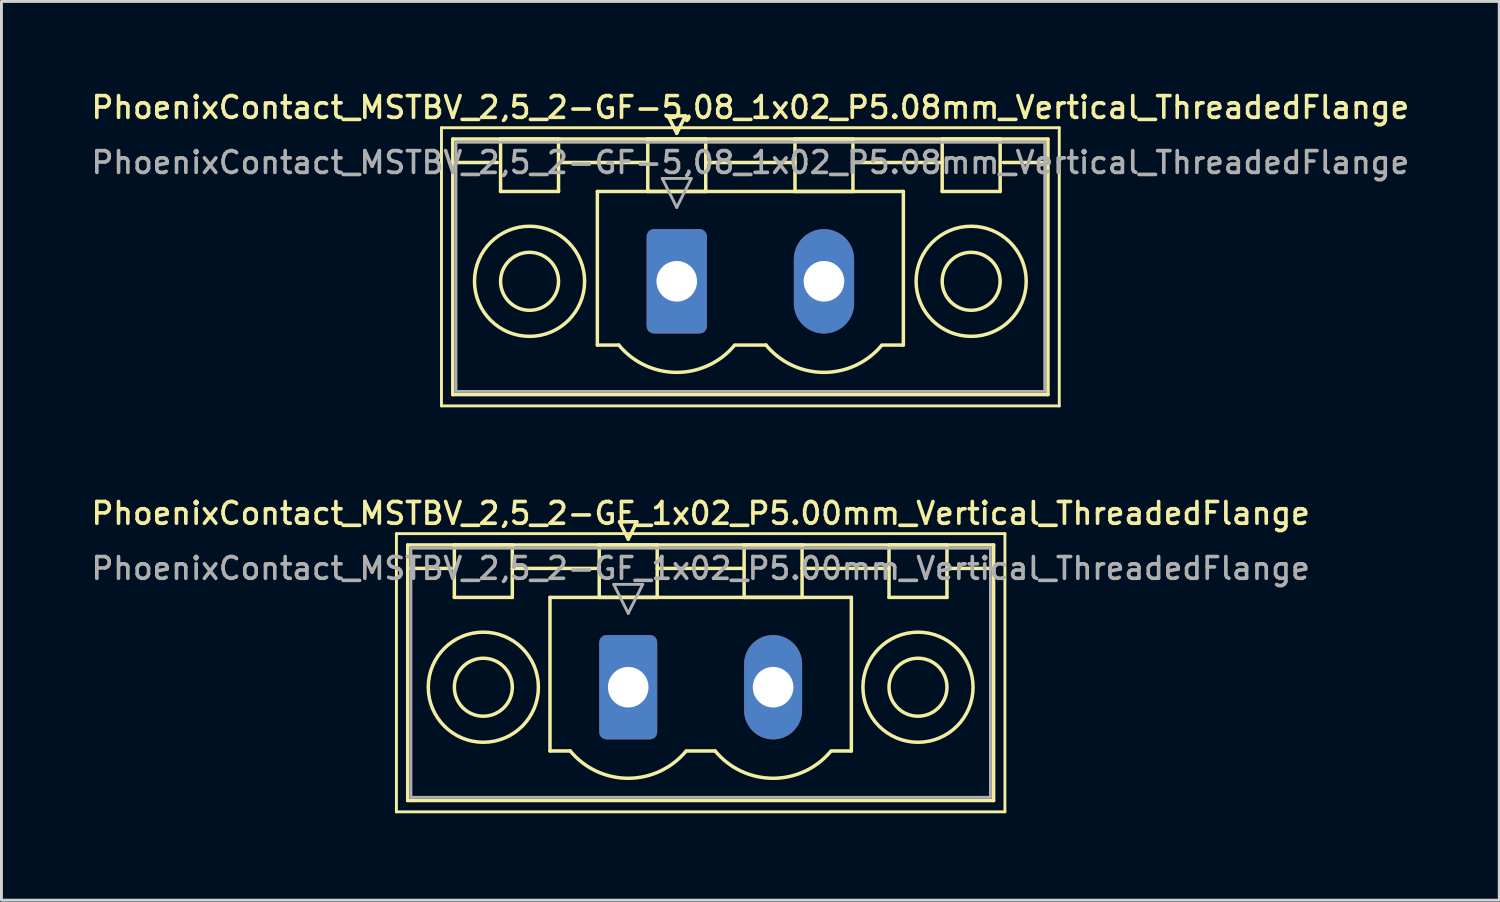
<source format=kicad_pcb>
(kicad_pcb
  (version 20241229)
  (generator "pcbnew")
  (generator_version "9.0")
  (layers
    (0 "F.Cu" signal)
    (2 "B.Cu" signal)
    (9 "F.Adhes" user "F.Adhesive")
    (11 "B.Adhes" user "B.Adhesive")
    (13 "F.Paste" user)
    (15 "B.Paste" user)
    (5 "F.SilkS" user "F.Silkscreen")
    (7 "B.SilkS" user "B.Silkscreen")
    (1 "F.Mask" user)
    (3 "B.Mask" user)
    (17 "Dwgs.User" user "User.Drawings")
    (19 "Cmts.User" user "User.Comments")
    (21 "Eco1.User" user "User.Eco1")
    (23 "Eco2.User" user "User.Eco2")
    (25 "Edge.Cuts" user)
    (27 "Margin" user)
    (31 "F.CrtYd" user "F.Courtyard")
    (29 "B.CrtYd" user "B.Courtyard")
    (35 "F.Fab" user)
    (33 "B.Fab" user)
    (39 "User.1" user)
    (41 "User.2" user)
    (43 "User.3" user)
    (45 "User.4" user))
  (footprint "PhoenixContact_MSTBV_2,5_2-GF_1x02_P5.00mm_Vertical_ThreadedFlange"
    (layer "F.Cu")
    (at 18.63 20.666)
    (property "Reference" "PhoenixContact_MSTBV_2,5_2-GF_1x02_P5.00mm_Vertical_ThreadedFlange" (at 2.5 -6 0) (layer "F.SilkS") (effects (font (size 0.75 0.75) (thickness 0.125))))
    (attr through_hole)
    (fp_line (start -8 -5.3) (end -8 4.3) (stroke (width 0.1) (type solid)) (layer "F.SilkS"))
    (fp_line (start -8 4.3) (end 13 4.3) (stroke (width 0.1) (type solid)) (layer "F.SilkS"))
    (fp_line (start -7.61 -4.91) (end -7.61 3.91) (stroke (width 0.12) (type solid)) (layer "F.SilkS"))
    (fp_line (start -7.61 -4.1) (end -6.11 -4.1) (stroke (width 0.12) (type solid)) (layer "F.SilkS"))
    (fp_line (start -7.61 3.91) (end 12.61 3.91) (stroke (width 0.12) (type solid)) (layer "F.SilkS"))
    (fp_line (start -6 -4.91) (end -4 -4.91) (stroke (width 0.12) (type solid)) (layer "F.SilkS"))
    (fp_line (start -6 -3.1) (end -6 -4.91) (stroke (width 0.12) (type solid)) (layer "F.SilkS"))
    (fp_line (start -4 -4.91) (end -4 -3.1) (stroke (width 0.12) (type solid)) (layer "F.SilkS"))
    (fp_line (start -4 -4.1) (end -1 -4.1) (stroke (width 0.12) (type solid)) (layer "F.SilkS"))
    (fp_line (start -4 -3.1) (end -6 -3.1) (stroke (width 0.12) (type solid)) (layer "F.SilkS"))
    (fp_line (start -2.7 -3.1) (end 7.7 -3.1) (stroke (width 0.12) (type solid)) (layer "F.SilkS"))
    (fp_line (start -2.7 2.2) (end -2.7 -3.1) (stroke (width 0.12) (type solid)) (layer "F.SilkS"))
    (fp_line (start -2 2.2) (end -2.7 2.2) (stroke (width 0.12) (type solid)) (layer "F.SilkS"))
    (fp_line (start -1 -4.91) (end 1 -4.91) (stroke (width 0.12) (type solid)) (layer "F.SilkS"))
    (fp_line (start -1 -3.1) (end -1 -4.91) (stroke (width 0.12) (type solid)) (layer "F.SilkS"))
    (fp_line (start -0.3 -5.71) (end 0.3 -5.71) (stroke (width 0.12) (type solid)) (layer "F.SilkS"))
    (fp_line (start 0 -5.11) (end -0.3 -5.71) (stroke (width 0.12) (type solid)) (layer "F.SilkS"))
    (fp_line (start 0.3 -5.71) (end 0 -5.11) (stroke (width 0.12) (type solid)) (layer "F.SilkS"))
    (fp_line (start 1 -4.91) (end 1 -3.1) (stroke (width 0.12) (type solid)) (layer "F.SilkS"))
    (fp_line (start 1 -4.1) (end 4 -4.1) (stroke (width 0.12) (type solid)) (layer "F.SilkS"))
    (fp_line (start 1 -3.1) (end -1 -3.1) (stroke (width 0.12) (type solid)) (layer "F.SilkS"))
    (fp_line (start 2 2.2) (end 3 2.2) (stroke (width 0.12) (type solid)) (layer "F.SilkS"))
    (fp_line (start 4 -4.91) (end 6 -4.91) (stroke (width 0.12) (type solid)) (layer "F.SilkS"))
    (fp_line (start 4 -3.1) (end 4 -4.91) (stroke (width 0.12) (type solid)) (layer "F.SilkS"))
    (fp_line (start 6 -4.91) (end 6 -3.1) (stroke (width 0.12) (type solid)) (layer "F.SilkS"))
    (fp_line (start 6 -4.1) (end 9 -4.1) (stroke (width 0.12) (type solid)) (layer "F.SilkS"))
    (fp_line (start 6 -3.1) (end 4 -3.1) (stroke (width 0.12) (type solid)) (layer "F.SilkS"))
    (fp_line (start 7.7 -3.1) (end 7.7 2.2) (stroke (width 0.12) (type solid)) (layer "F.SilkS"))
    (fp_line (start 7.7 2.2) (end 7 2.2) (stroke (width 0.12) (type solid)) (layer "F.SilkS"))
    (fp_line (start 9 -4.91) (end 11 -4.91) (stroke (width 0.12) (type solid)) (layer "F.SilkS"))
    (fp_line (start 9 -3.1) (end 9 -4.91) (stroke (width 0.12) (type solid)) (layer "F.SilkS"))
    (fp_line (start 11 -4.91) (end 11 -3.1) (stroke (width 0.12) (type solid)) (layer "F.SilkS"))
    (fp_line (start 11 -3.1) (end 9 -3.1) (stroke (width 0.12) (type solid)) (layer "F.SilkS"))
    (fp_line (start 12.61 -4.91) (end -7.61 -4.91) (stroke (width 0.12) (type solid)) (layer "F.SilkS"))
    (fp_line (start 12.61 -4.1) (end 11.11 -4.1) (stroke (width 0.12) (type solid)) (layer "F.SilkS"))
    (fp_line (start 12.61 3.91) (end 12.61 -4.91) (stroke (width 0.12) (type solid)) (layer "F.SilkS"))
    (fp_line (start 13 -5.3) (end -8 -5.3) (stroke (width 0.1) (type solid)) (layer "F.SilkS"))
    (fp_line (start 13 4.3) (end 13 -5.3) (stroke (width 0.1) (type solid)) (layer "F.SilkS"))
    (fp_arc (start 1.986842 2.215821) (mid -0.010289 3.142758) (end -2 2.2) (stroke (width 0.12) (type solid)) (layer "F.SilkS"))
    (fp_arc (start 6.986842 2.215821) (mid 4.989711 3.142758) (end 3 2.2) (stroke (width 0.12) (type solid)) (layer "F.SilkS"))
    (fp_circle (center -5 0) (end -4 0) (stroke (width 0.12) (type solid)) (fill no) (layer "F.SilkS"))
    (fp_circle (center -5 0) (end -3.1 0) (stroke (width 0.12) (type solid)) (fill no) (layer "F.SilkS"))
    (fp_circle (center 10 0) (end 11 0) (stroke (width 0.12) (type solid)) (fill no) (layer "F.SilkS"))
    (fp_circle (center 10 0) (end 11.9 0) (stroke (width 0.12) (type solid)) (fill no) (layer "F.SilkS"))
    (fp_line (start -7.5 -4.8) (end -7.5 3.8) (stroke (width 0.1) (type solid)) (layer "F.Fab"))
    (fp_line (start -7.5 3.8) (end 12.5 3.8) (stroke (width 0.1) (type solid)) (layer "F.Fab"))
    (fp_line (start -0.5 -3.55) (end 0.5 -3.55) (stroke (width 0.1) (type solid)) (layer "F.Fab"))
    (fp_line (start 0 -2.55) (end -0.5 -3.55) (stroke (width 0.1) (type solid)) (layer "F.Fab"))
    (fp_line (start 0.5 -3.55) (end 0 -2.55) (stroke (width 0.1) (type solid)) (layer "F.Fab"))
    (fp_line (start 12.5 -4.8) (end -7.5 -4.8) (stroke (width 0.1) (type solid)) (layer "F.Fab"))
    (fp_line (start 12.5 3.8) (end 12.5 -4.8) (stroke (width 0.1) (type solid)) (layer "F.Fab"))
    (fp_text user "${REFERENCE}" (at 2.5 -4.1 0) (layer "F.Fab") (effects (font (size 0.75 0.75) (thickness 0.125))))
    (pad "1" thru_hole roundrect (at 0 0) (size 2 3.6) (drill 1.4) (layers "*.Cu" "*.Mask") (roundrect_rratio 0.125))
    (pad "2" thru_hole oval (at 5 0) (size 2 3.6) (drill 1.4) (layers "*.Cu" "*.Mask")))
  (footprint "PhoenixContact_MSTBV_2,5_2-GF-5,08_1x02_P5.08mm_Vertical_ThreadedFlange"
    (layer "F.Cu")
    (at 20.305 6.658)
    (property "Reference" "PhoenixContact_MSTBV_2,5_2-GF-5,08_1x02_P5.08mm_Vertical_ThreadedFlange" (at 2.54 -6 0) (layer "F.SilkS") (effects (font (size 0.75 0.75) (thickness 0.125))))
    (attr through_hole)
    (fp_line (start -8.12 -5.3) (end -8.12 4.3) (stroke (width 0.1) (type solid)) (layer "F.SilkS"))
    (fp_line (start -8.12 4.3) (end 13.2 4.3) (stroke (width 0.1) (type solid)) (layer "F.SilkS"))
    (fp_line (start -7.73 -4.91) (end -7.73 3.91) (stroke (width 0.12) (type solid)) (layer "F.SilkS"))
    (fp_line (start -7.73 -4.1) (end -6.19 -4.1) (stroke (width 0.12) (type solid)) (layer "F.SilkS"))
    (fp_line (start -7.73 3.91) (end 12.81 3.91) (stroke (width 0.12) (type solid)) (layer "F.SilkS"))
    (fp_line (start -6.08 -4.91) (end -4.08 -4.91) (stroke (width 0.12) (type solid)) (layer "F.SilkS"))
    (fp_line (start -6.08 -3.1) (end -6.08 -4.91) (stroke (width 0.12) (type solid)) (layer "F.SilkS"))
    (fp_line (start -4.08 -4.91) (end -4.08 -3.1) (stroke (width 0.12) (type solid)) (layer "F.SilkS"))
    (fp_line (start -4.08 -4.1) (end -1 -4.1) (stroke (width 0.12) (type solid)) (layer "F.SilkS"))
    (fp_line (start -4.08 -3.1) (end -6.08 -3.1) (stroke (width 0.12) (type solid)) (layer "F.SilkS"))
    (fp_line (start -2.74 -3.1) (end 7.82 -3.1) (stroke (width 0.12) (type solid)) (layer "F.SilkS"))
    (fp_line (start -2.74 2.2) (end -2.74 -3.1) (stroke (width 0.12) (type solid)) (layer "F.SilkS"))
    (fp_line (start -2 2.2) (end -2.74 2.2) (stroke (width 0.12) (type solid)) (layer "F.SilkS"))
    (fp_line (start -1 -4.91) (end 1 -4.91) (stroke (width 0.12) (type solid)) (layer "F.SilkS"))
    (fp_line (start -1 -3.1) (end -1 -4.91) (stroke (width 0.12) (type solid)) (layer "F.SilkS"))
    (fp_line (start -0.3 -5.71) (end 0.3 -5.71) (stroke (width 0.12) (type solid)) (layer "F.SilkS"))
    (fp_line (start 0 -5.11) (end -0.3 -5.71) (stroke (width 0.12) (type solid)) (layer "F.SilkS"))
    (fp_line (start 0.3 -5.71) (end 0 -5.11) (stroke (width 0.12) (type solid)) (layer "F.SilkS"))
    (fp_line (start 1 -4.91) (end 1 -3.1) (stroke (width 0.12) (type solid)) (layer "F.SilkS"))
    (fp_line (start 1 -4.1) (end 4.08 -4.1) (stroke (width 0.12) (type solid)) (layer "F.SilkS"))
    (fp_line (start 1 -3.1) (end -1 -3.1) (stroke (width 0.12) (type solid)) (layer "F.SilkS"))
    (fp_line (start 2 2.2) (end 3.08 2.2) (stroke (width 0.12) (type solid)) (layer "F.SilkS"))
    (fp_line (start 4.08 -4.91) (end 6.08 -4.91) (stroke (width 0.12) (type solid)) (layer "F.SilkS"))
    (fp_line (start 4.08 -3.1) (end 4.08 -4.91) (stroke (width 0.12) (type solid)) (layer "F.SilkS"))
    (fp_line (start 6.08 -4.91) (end 6.08 -3.1) (stroke (width 0.12) (type solid)) (layer "F.SilkS"))
    (fp_line (start 6.08 -4.1) (end 9.16 -4.1) (stroke (width 0.12) (type solid)) (layer "F.SilkS"))
    (fp_line (start 6.08 -3.1) (end 4.08 -3.1) (stroke (width 0.12) (type solid)) (layer "F.SilkS"))
    (fp_line (start 7.82 -3.1) (end 7.82 2.2) (stroke (width 0.12) (type solid)) (layer "F.SilkS"))
    (fp_line (start 7.82 2.2) (end 7.08 2.2) (stroke (width 0.12) (type solid)) (layer "F.SilkS"))
    (fp_line (start 9.16 -4.91) (end 11.16 -4.91) (stroke (width 0.12) (type solid)) (layer "F.SilkS"))
    (fp_line (start 9.16 -3.1) (end 9.16 -4.91) (stroke (width 0.12) (type solid)) (layer "F.SilkS"))
    (fp_line (start 11.16 -4.91) (end 11.16 -3.1) (stroke (width 0.12) (type solid)) (layer "F.SilkS"))
    (fp_line (start 11.16 -3.1) (end 9.16 -3.1) (stroke (width 0.12) (type solid)) (layer "F.SilkS"))
    (fp_line (start 12.81 -4.91) (end -7.73 -4.91) (stroke (width 0.12) (type solid)) (layer "F.SilkS"))
    (fp_line (start 12.81 -4.1) (end 11.27 -4.1) (stroke (width 0.12) (type solid)) (layer "F.SilkS"))
    (fp_line (start 12.81 3.91) (end 12.81 -4.91) (stroke (width 0.12) (type solid)) (layer "F.SilkS"))
    (fp_line (start 13.2 -5.3) (end -8.12 -5.3) (stroke (width 0.1) (type solid)) (layer "F.SilkS"))
    (fp_line (start 13.2 4.3) (end 13.2 -5.3) (stroke (width 0.1) (type solid)) (layer "F.SilkS"))
    (fp_arc (start 1.986842 2.215821) (mid -0.010289 3.142758) (end -2 2.2) (stroke (width 0.12) (type solid)) (layer "F.SilkS"))
    (fp_arc (start 7.066842 2.215821) (mid 5.069711 3.142758) (end 3.08 2.2) (stroke (width 0.12) (type solid)) (layer "F.SilkS"))
    (fp_circle (center -5.08 0) (end -4.08 0) (stroke (width 0.12) (type solid)) (fill no) (layer "F.SilkS"))
    (fp_circle (center -5.08 0) (end -3.18 0) (stroke (width 0.12) (type solid)) (fill no) (layer "F.SilkS"))
    (fp_circle (center 10.16 0) (end 11.16 0) (stroke (width 0.12) (type solid)) (fill no) (layer "F.SilkS"))
    (fp_circle (center 10.16 0) (end 12.06 0) (stroke (width 0.12) (type solid)) (fill no) (layer "F.SilkS"))
    (fp_line (start -7.62 -4.8) (end -7.62 3.8) (stroke (width 0.1) (type solid)) (layer "F.Fab"))
    (fp_line (start -7.62 3.8) (end 12.7 3.8) (stroke (width 0.1) (type solid)) (layer "F.Fab"))
    (fp_line (start -0.5 -3.55) (end 0.5 -3.55) (stroke (width 0.1) (type solid)) (layer "F.Fab"))
    (fp_line (start 0 -2.55) (end -0.5 -3.55) (stroke (width 0.1) (type solid)) (layer "F.Fab"))
    (fp_line (start 0.5 -3.55) (end 0 -2.55) (stroke (width 0.1) (type solid)) (layer "F.Fab"))
    (fp_line (start 12.7 -4.8) (end -7.62 -4.8) (stroke (width 0.1) (type solid)) (layer "F.Fab"))
    (fp_line (start 12.7 3.8) (end 12.7 -4.8) (stroke (width 0.1) (type solid)) (layer "F.Fab"))
    (fp_text user "${REFERENCE}" (at 2.54 -4.1 0) (layer "F.Fab") (effects (font (size 0.75 0.75) (thickness 0.125))))
    (pad "1" thru_hole roundrect (at 0 0) (size 2.08 3.6) (drill 1.4) (layers "*.Cu" "*.Mask") (roundrect_rratio 0.12))
    (pad "2" thru_hole oval (at 5.08 0) (size 2.08 3.6) (drill 1.4) (layers "*.Cu" "*.Mask")))
  (gr_rect
    (start -3 -3)
    (end 48.689 28.016)
    (stroke (width 0.1) (type default))
    (fill no)
    (layer "Edge.Cuts")))
</source>
